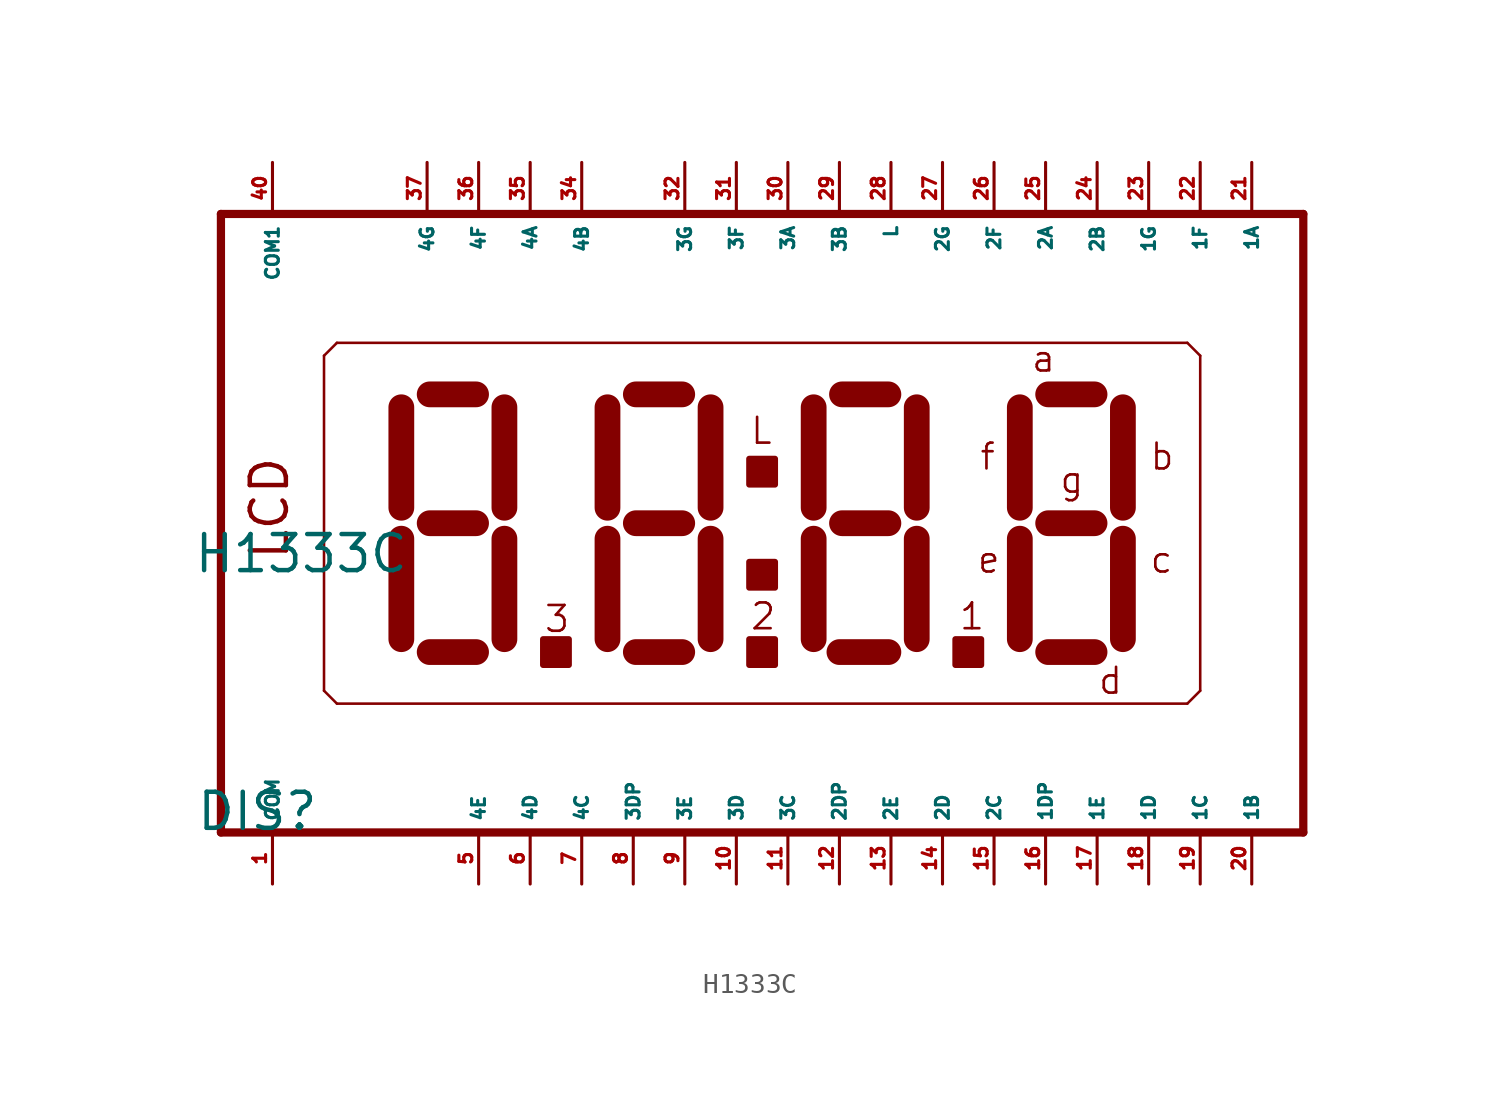
<source format=kicad_sym>
(kicad_symbol_lib
  (version 20220914)
  (generator Eagle2Kicad)
  (symbol "H1333C"
    (property "Reference" "DIS"
      (at -29.21 -15.24 0)
      (effects (font (size 1.778 1.778) (thickness 0.22)) (justify left bottom)))
    (property "Value" "H1333C"
      (at -29.337 -2.54 0)
      (effects (font (size 1.778 1.778) (thickness 0.22)) (justify left bottom)))
    (polyline
      (pts (xy -27.94 -15.24) (xy 25.4 -15.24))
      (stroke (width 0.406) (type default))
      (fill (type none)))
    (polyline
      (pts (xy 25.4 15.24) (xy -27.94 15.24))
      (stroke (width 0.406) (type default))
      (fill (type none)))
    (polyline
      (pts (xy -27.94 15.24) (xy -27.94 -15.24))
      (stroke (width 0.406) (type default))
      (fill (type none)))
    (polyline
      (pts (xy 25.4 -15.24) (xy 25.4 15.24))
      (stroke (width 0.406) (type default))
      (fill (type none)))
    (polyline
      (pts (xy -22.225 8.89) (xy -22.86 8.255))
      (stroke (width 0.127) (type default))
      (fill (type none)))
    (polyline
      (pts (xy -22.86 8.255) (xy -22.86 -8.255))
      (stroke (width 0.127) (type default))
      (fill (type none)))
    (polyline
      (pts (xy -22.86 -8.255) (xy -22.225 -8.89))
      (stroke (width 0.127) (type default))
      (fill (type none)))
    (polyline
      (pts (xy -22.225 -8.89) (xy 19.685 -8.89))
      (stroke (width 0.127) (type default))
      (fill (type none)))
    (polyline
      (pts (xy 19.685 -8.89) (xy 20.32 -8.255))
      (stroke (width 0.127) (type default))
      (fill (type none)))
    (polyline
      (pts (xy 20.32 -8.255) (xy 20.32 8.255))
      (stroke (width 0.127) (type default))
      (fill (type none)))
    (polyline
      (pts (xy 20.32 8.255) (xy 19.685 8.89))
      (stroke (width 0.127) (type default))
      (fill (type none)))
    (polyline
      (pts (xy 19.685 8.89) (xy -22.225 8.89))
      (stroke (width 0.127) (type default))
      (fill (type none)))
    (polyline
      (pts (xy -19.05 5.715) (xy -19.05 0.762))
      (stroke (width 1.27) (type default))
      (fill (type none)))
    (polyline
      (pts (xy -19.05 -0.762) (xy -19.05 -5.715))
      (stroke (width 1.27) (type default))
      (fill (type none)))
    (polyline
      (pts (xy -17.653 -6.35) (xy -15.367 -6.35))
      (stroke (width 1.27) (type default))
      (fill (type none)))
    (polyline
      (pts (xy -13.97 -5.715) (xy -13.97 -0.762))
      (stroke (width 1.27) (type default))
      (fill (type none)))
    (polyline
      (pts (xy -13.97 0.762) (xy -13.97 5.715))
      (stroke (width 1.27) (type default))
      (fill (type none)))
    (polyline
      (pts (xy -17.653 6.35) (xy -15.367 6.35))
      (stroke (width 1.27) (type default))
      (fill (type none)))
    (polyline
      (pts (xy -17.653 0) (xy -15.367 0))
      (stroke (width 1.27) (type default))
      (fill (type none)))
    (polyline
      (pts (xy 11.43 5.715) (xy 11.43 0.762))
      (stroke (width 1.27) (type default))
      (fill (type none)))
    (polyline
      (pts (xy 11.43 -0.762) (xy 11.43 -5.715))
      (stroke (width 1.27) (type default))
      (fill (type none)))
    (polyline
      (pts (xy 12.827 -6.35) (xy 15.113 -6.35))
      (stroke (width 1.27) (type default))
      (fill (type none)))
    (polyline
      (pts (xy 16.51 -5.715) (xy 16.51 -0.762))
      (stroke (width 1.27) (type default))
      (fill (type none)))
    (polyline
      (pts (xy 16.51 0.762) (xy 16.51 5.715))
      (stroke (width 1.27) (type default))
      (fill (type none)))
    (polyline
      (pts (xy 12.827 6.35) (xy 15.113 6.35))
      (stroke (width 1.27) (type default))
      (fill (type none)))
    (polyline
      (pts (xy 12.827 0) (xy 15.113 0))
      (stroke (width 1.27) (type default))
      (fill (type none)))
    (polyline
      (pts (xy -8.89 5.715) (xy -8.89 0.762))
      (stroke (width 1.27) (type default))
      (fill (type none)))
    (polyline
      (pts (xy -8.89 -0.762) (xy -8.89 -5.715))
      (stroke (width 1.27) (type default))
      (fill (type none)))
    (polyline
      (pts (xy -7.493 -6.35) (xy -5.207 -6.35))
      (stroke (width 1.27) (type default))
      (fill (type none)))
    (polyline
      (pts (xy -3.81 -5.715) (xy -3.81 -0.762))
      (stroke (width 1.27) (type default))
      (fill (type none)))
    (polyline
      (pts (xy -3.81 0.762) (xy -3.81 5.715))
      (stroke (width 1.27) (type default))
      (fill (type none)))
    (polyline
      (pts (xy -7.493 6.35) (xy -5.207 6.35))
      (stroke (width 1.27) (type default))
      (fill (type none)))
    (polyline
      (pts (xy -7.493 0) (xy -5.207 0))
      (stroke (width 1.27) (type default))
      (fill (type none)))
    (polyline
      (pts (xy 1.27 5.715) (xy 1.27 0.762))
      (stroke (width 1.27) (type default))
      (fill (type none)))
    (polyline
      (pts (xy 1.27 -0.762) (xy 1.27 -5.715))
      (stroke (width 1.27) (type default))
      (fill (type none)))
    (polyline
      (pts (xy 2.54 -6.35) (xy 4.953 -6.35))
      (stroke (width 1.27) (type default))
      (fill (type none)))
    (polyline
      (pts (xy 6.35 -5.715) (xy 6.35 -0.762))
      (stroke (width 1.27) (type default))
      (fill (type none)))
    (polyline
      (pts (xy 6.35 0.762) (xy 6.35 5.715))
      (stroke (width 1.27) (type default))
      (fill (type none)))
    (polyline
      (pts (xy 2.667 6.35) (xy 4.953 6.35))
      (stroke (width 1.27) (type default))
      (fill (type none)))
    (polyline
      (pts (xy 2.667 0) (xy 4.953 0))
      (stroke (width 1.27) (type default))
      (fill (type none)))
    (text "LCD"
      (at -24.511 -1.905 900)
      (effects (font (size 1.778 1.778) (thickness 0.22)) (justify left bottom)))
    (text "L"
      (at -1.905 3.81 0)
      (effects (font (size 1.27 1.27) (thickness 0.13)) (justify left bottom)))
    (text "a"
      (at 11.938 7.366 0)
      (effects (font (size 1.27 1.27) (thickness 0.13)) (justify left bottom)))
    (text "b"
      (at 17.78 2.54 0)
      (effects (font (size 1.27 1.27) (thickness 0.13)) (justify left bottom)))
    (text "c"
      (at 17.78 -2.54 0)
      (effects (font (size 1.27 1.27) (thickness 0.13)) (justify left bottom)))
    (text "d"
      (at 15.24 -8.509 0)
      (effects (font (size 1.27 1.27) (thickness 0.13)) (justify left bottom)))
    (text "e"
      (at 9.271 -2.54 0)
      (effects (font (size 1.27 1.27) (thickness 0.13)) (justify left bottom)))
    (text "f"
      (at 9.398 2.54 0)
      (effects (font (size 1.27 1.27) (thickness 0.13)) (justify left bottom)))
    (text "g"
      (at 13.335 1.397 0)
      (effects (font (size 1.27 1.27) (thickness 0.13)) (justify left bottom)))
    (text "1"
      (at 8.382 -5.334 0)
      (effects (font (size 1.27 1.27) (thickness 0.13)) (justify left bottom)))
    (text "2"
      (at -1.905 -5.334 0)
      (effects (font (size 1.27 1.27) (thickness 0.13)) (justify left bottom)))
    (text "3"
      (at -12.065 -5.461 0)
      (effects (font (size 1.27 1.27) (thickness 0.13)) (justify left bottom)))
    (rectangle
      (start -12.065 -6.985)
      (end -10.795 -5.715)
      (stroke (width 0.3) (type default))
      (fill (type outline)))
    (rectangle
      (start -1.905 -6.985)
      (end -0.635 -5.715)
      (stroke (width 0.3) (type default))
      (fill (type outline)))
    (rectangle
      (start -1.905 -3.175)
      (end -0.635 -1.905)
      (stroke (width 0.3) (type default))
      (fill (type outline)))
    (rectangle
      (start -1.905 1.905)
      (end -0.635 3.175)
      (stroke (width 0.3) (type default))
      (fill (type outline)))
    (rectangle
      (start 8.255 -6.985)
      (end 9.525 -5.715)
      (stroke (width 0.3) (type default))
      (fill (type outline)))
    (pin passive line
      (at -25.4 -17.78 90)
      (length 2.54)
      (name "COM" (effects (font (size 0.635 0.635) (thickness 0.08)) (justify left bottom)))
      (number "1" (effects (font (size 0.635 0.635) (thickness 0.08)) (justify left bottom))))
    (pin passive line
      (at -15.24 -17.78 90)
      (length 2.54)
      (name "4E" (effects (font (size 0.635 0.635) (thickness 0.08)) (justify left bottom)))
      (number "5" (effects (font (size 0.635 0.635) (thickness 0.08)) (justify left bottom))))
    (pin passive line
      (at -12.7 -17.78 90)
      (length 2.54)
      (name "4D" (effects (font (size 0.635 0.635) (thickness 0.08)) (justify left bottom)))
      (number "6" (effects (font (size 0.635 0.635) (thickness 0.08)) (justify left bottom))))
    (pin passive line
      (at -10.16 -17.78 90)
      (length 2.54)
      (name "4C" (effects (font (size 0.635 0.635) (thickness 0.08)) (justify left bottom)))
      (number "7" (effects (font (size 0.635 0.635) (thickness 0.08)) (justify left bottom))))
    (pin passive line
      (at -7.62 -17.78 90)
      (length 2.54)
      (name "3DP" (effects (font (size 0.635 0.635) (thickness 0.08)) (justify left bottom)))
      (number "8" (effects (font (size 0.635 0.635) (thickness 0.08)) (justify left bottom))))
    (pin passive line
      (at -5.08 -17.78 90)
      (length 2.54)
      (name "3E" (effects (font (size 0.635 0.635) (thickness 0.08)) (justify left bottom)))
      (number "9" (effects (font (size 0.635 0.635) (thickness 0.08)) (justify left bottom))))
    (pin passive line
      (at -2.54 -17.78 90)
      (length 2.54)
      (name "3D" (effects (font (size 0.635 0.635) (thickness 0.08)) (justify left bottom)))
      (number "10" (effects (font (size 0.635 0.635) (thickness 0.08)) (justify left bottom))))
    (pin passive line
      (at 0 -17.78 90)
      (length 2.54)
      (name "3C" (effects (font (size 0.635 0.635) (thickness 0.08)) (justify left bottom)))
      (number "11" (effects (font (size 0.635 0.635) (thickness 0.08)) (justify left bottom))))
    (pin passive line
      (at 2.54 -17.78 90)
      (length 2.54)
      (name "2DP" (effects (font (size 0.635 0.635) (thickness 0.08)) (justify left bottom)))
      (number "12" (effects (font (size 0.635 0.635) (thickness 0.08)) (justify left bottom))))
    (pin passive line
      (at 5.08 -17.78 90)
      (length 2.54)
      (name "2E" (effects (font (size 0.635 0.635) (thickness 0.08)) (justify left bottom)))
      (number "13" (effects (font (size 0.635 0.635) (thickness 0.08)) (justify left bottom))))
    (pin passive line
      (at 7.62 -17.78 90)
      (length 2.54)
      (name "2D" (effects (font (size 0.635 0.635) (thickness 0.08)) (justify left bottom)))
      (number "14" (effects (font (size 0.635 0.635) (thickness 0.08)) (justify left bottom))))
    (pin passive line
      (at 10.16 -17.78 90)
      (length 2.54)
      (name "2C" (effects (font (size 0.635 0.635) (thickness 0.08)) (justify left bottom)))
      (number "15" (effects (font (size 0.635 0.635) (thickness 0.08)) (justify left bottom))))
    (pin passive line
      (at 12.7 -17.78 90)
      (length 2.54)
      (name "1DP" (effects (font (size 0.635 0.635) (thickness 0.08)) (justify left bottom)))
      (number "16" (effects (font (size 0.635 0.635) (thickness 0.08)) (justify left bottom))))
    (pin passive line
      (at 15.24 -17.78 90)
      (length 2.54)
      (name "1E" (effects (font (size 0.635 0.635) (thickness 0.08)) (justify left bottom)))
      (number "17" (effects (font (size 0.635 0.635) (thickness 0.08)) (justify left bottom))))
    (pin passive line
      (at 17.78 -17.78 90)
      (length 2.54)
      (name "1D" (effects (font (size 0.635 0.635) (thickness 0.08)) (justify left bottom)))
      (number "18" (effects (font (size 0.635 0.635) (thickness 0.08)) (justify left bottom))))
    (pin passive line
      (at 20.32 -17.78 90)
      (length 2.54)
      (name "1C" (effects (font (size 0.635 0.635) (thickness 0.08)) (justify left bottom)))
      (number "19" (effects (font (size 0.635 0.635) (thickness 0.08)) (justify left bottom))))
    (pin passive line
      (at 22.86 -17.78 90)
      (length 2.54)
      (name "1B" (effects (font (size 0.635 0.635) (thickness 0.08)) (justify left bottom)))
      (number "20" (effects (font (size 0.635 0.635) (thickness 0.08)) (justify left bottom))))
    (pin passive line
      (at 22.86 17.78 270)
      (length 2.54)
      (name "1A" (effects (font (size 0.635 0.635) (thickness 0.08)) (justify left bottom)))
      (number "21" (effects (font (size 0.635 0.635) (thickness 0.08)) (justify left bottom))))
    (pin passive line
      (at 20.32 17.78 270)
      (length 2.54)
      (name "1F" (effects (font (size 0.635 0.635) (thickness 0.08)) (justify left bottom)))
      (number "22" (effects (font (size 0.635 0.635) (thickness 0.08)) (justify left bottom))))
    (pin passive line
      (at 17.78 17.78 270)
      (length 2.54)
      (name "1G" (effects (font (size 0.635 0.635) (thickness 0.08)) (justify left bottom)))
      (number "23" (effects (font (size 0.635 0.635) (thickness 0.08)) (justify left bottom))))
    (pin passive line
      (at 15.24 17.78 270)
      (length 2.54)
      (name "2B" (effects (font (size 0.635 0.635) (thickness 0.08)) (justify left bottom)))
      (number "24" (effects (font (size 0.635 0.635) (thickness 0.08)) (justify left bottom))))
    (pin passive line
      (at 12.7 17.78 270)
      (length 2.54)
      (name "2A" (effects (font (size 0.635 0.635) (thickness 0.08)) (justify left bottom)))
      (number "25" (effects (font (size 0.635 0.635) (thickness 0.08)) (justify left bottom))))
    (pin passive line
      (at 10.16 17.78 270)
      (length 2.54)
      (name "2F" (effects (font (size 0.635 0.635) (thickness 0.08)) (justify left bottom)))
      (number "26" (effects (font (size 0.635 0.635) (thickness 0.08)) (justify left bottom))))
    (pin passive line
      (at 7.62 17.78 270)
      (length 2.54)
      (name "2G" (effects (font (size 0.635 0.635) (thickness 0.08)) (justify left bottom)))
      (number "27" (effects (font (size 0.635 0.635) (thickness 0.08)) (justify left bottom))))
    (pin passive line
      (at 5.08 17.78 270)
      (length 2.54)
      (name "L" (effects (font (size 0.635 0.635) (thickness 0.08)) (justify left bottom)))
      (number "28" (effects (font (size 0.635 0.635) (thickness 0.08)) (justify left bottom))))
    (pin passive line
      (at 2.54 17.78 270)
      (length 2.54)
      (name "3B" (effects (font (size 0.635 0.635) (thickness 0.08)) (justify left bottom)))
      (number "29" (effects (font (size 0.635 0.635) (thickness 0.08)) (justify left bottom))))
    (pin passive line
      (at 0 17.78 270)
      (length 2.54)
      (name "3A" (effects (font (size 0.635 0.635) (thickness 0.08)) (justify left bottom)))
      (number "30" (effects (font (size 0.635 0.635) (thickness 0.08)) (justify left bottom))))
    (pin passive line
      (at -2.54 17.78 270)
      (length 2.54)
      (name "3F" (effects (font (size 0.635 0.635) (thickness 0.08)) (justify left bottom)))
      (number "31" (effects (font (size 0.635 0.635) (thickness 0.08)) (justify left bottom))))
    (pin passive line
      (at -5.08 17.78 270)
      (length 2.54)
      (name "3G" (effects (font (size 0.635 0.635) (thickness 0.08)) (justify left bottom)))
      (number "32" (effects (font (size 0.635 0.635) (thickness 0.08)) (justify left bottom))))
    (pin passive line
      (at -10.16 17.78 270)
      (length 2.54)
      (name "4B" (effects (font (size 0.635 0.635) (thickness 0.08)) (justify left bottom)))
      (number "34" (effects (font (size 0.635 0.635) (thickness 0.08)) (justify left bottom))))
    (pin passive line
      (at -12.7 17.78 270)
      (length 2.54)
      (name "4A" (effects (font (size 0.635 0.635) (thickness 0.08)) (justify left bottom)))
      (number "35" (effects (font (size 0.635 0.635) (thickness 0.08)) (justify left bottom))))
    (pin passive line
      (at -15.24 17.78 270)
      (length 2.54)
      (name "4F" (effects (font (size 0.635 0.635) (thickness 0.08)) (justify left bottom)))
      (number "36" (effects (font (size 0.635 0.635) (thickness 0.08)) (justify left bottom))))
    (pin passive line
      (at -17.78 17.78 270)
      (length 2.54)
      (name "4G" (effects (font (size 0.635 0.635) (thickness 0.08)) (justify left bottom)))
      (number "37" (effects (font (size 0.635 0.635) (thickness 0.08)) (justify left bottom))))
    (pin passive line
      (at -25.4 17.78 270)
      (length 2.54)
      (name "COM1" (effects (font (size 0.635 0.635) (thickness 0.08)) (justify left bottom)))
      (number "40" (effects (font (size 0.635 0.635) (thickness 0.08)) (justify left bottom))))))
</source>
